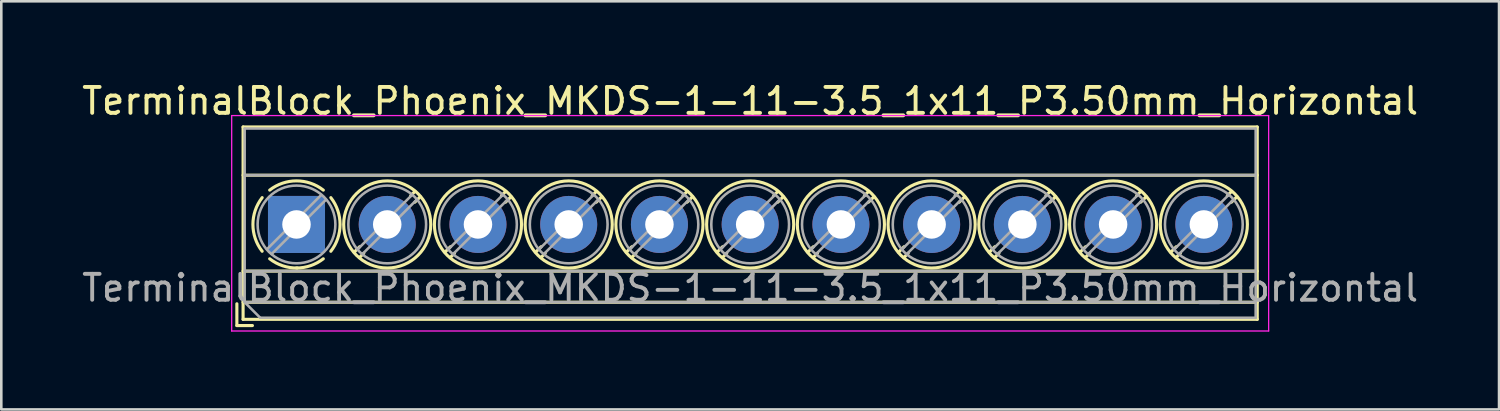
<source format=kicad_pcb>
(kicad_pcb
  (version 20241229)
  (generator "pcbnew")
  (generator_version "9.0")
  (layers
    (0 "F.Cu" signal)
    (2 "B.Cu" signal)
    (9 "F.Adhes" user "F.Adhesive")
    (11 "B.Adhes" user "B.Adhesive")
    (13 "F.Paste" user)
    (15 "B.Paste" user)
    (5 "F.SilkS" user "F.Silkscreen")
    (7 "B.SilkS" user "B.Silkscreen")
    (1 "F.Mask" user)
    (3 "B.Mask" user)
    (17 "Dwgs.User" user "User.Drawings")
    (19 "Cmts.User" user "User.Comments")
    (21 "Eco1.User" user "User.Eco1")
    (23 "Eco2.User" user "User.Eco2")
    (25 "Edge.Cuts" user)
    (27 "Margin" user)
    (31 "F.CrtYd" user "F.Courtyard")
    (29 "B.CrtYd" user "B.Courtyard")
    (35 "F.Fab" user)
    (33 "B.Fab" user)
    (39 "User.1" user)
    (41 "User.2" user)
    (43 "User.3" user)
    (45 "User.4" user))
  (footprint "TerminalBlock_Phoenix_MKDS-1-11-3.5_1x11_P3.50mm_Horizontal"
    (layer "F.Cu")
    (at 8.387 5.608)
    (property "Reference" "TerminalBlock_Phoenix_MKDS-1-11-3.5_1x11_P3.50mm_Horizontal" (at 17.5 -4.76 0) (layer "F.SilkS") (effects (font (size 1 1) (thickness 0.15))))
    (attr through_hole)
    (fp_line (start -2.3 3.06) (end -2.3 3.9) (stroke (width 0.12) (type solid)) (layer "F.SilkS"))
    (fp_line (start -2.3 3.9) (end -1.7 3.9) (stroke (width 0.12) (type solid)) (layer "F.SilkS"))
    (fp_line (start -2.06 -3.76) (end -2.06 3.66) (stroke (width 0.12) (type solid)) (layer "F.SilkS"))
    (fp_line (start -2.06 -3.76) (end 37.06 -3.76) (stroke (width 0.12) (type solid)) (layer "F.SilkS"))
    (fp_line (start -2.06 -1.9) (end 37.06 -1.9) (stroke (width 0.12) (type solid)) (layer "F.SilkS"))
    (fp_line (start -2.06 1.8) (end 37.06 1.8) (stroke (width 0.12) (type solid)) (layer "F.SilkS"))
    (fp_line (start -2.06 3) (end 37.06 3) (stroke (width 0.12) (type solid)) (layer "F.SilkS"))
    (fp_line (start -2.06 3.66) (end 37.06 3.66) (stroke (width 0.12) (type solid)) (layer "F.SilkS"))
    (fp_line (start 2.437 0.859) (end 2.226 1.069) (stroke (width 0.12) (type solid)) (layer "F.SilkS"))
    (fp_line (start 2.595 1.11) (end 2.431 1.274) (stroke (width 0.12) (type solid)) (layer "F.SilkS"))
    (fp_line (start 4.57 -1.275) (end 4.406 -1.111) (stroke (width 0.12) (type solid)) (layer "F.SilkS"))
    (fp_line (start 4.775 -1.069) (end 4.564 -0.859) (stroke (width 0.12) (type solid)) (layer "F.SilkS"))
    (fp_line (start 5.937 0.859) (end 5.726 1.069) (stroke (width 0.12) (type solid)) (layer "F.SilkS"))
    (fp_line (start 6.095 1.11) (end 5.931 1.274) (stroke (width 0.12) (type solid)) (layer "F.SilkS"))
    (fp_line (start 8.07 -1.275) (end 7.906 -1.111) (stroke (width 0.12) (type solid)) (layer "F.SilkS"))
    (fp_line (start 8.275 -1.069) (end 8.064 -0.859) (stroke (width 0.12) (type solid)) (layer "F.SilkS"))
    (fp_line (start 9.437 0.859) (end 9.226 1.069) (stroke (width 0.12) (type solid)) (layer "F.SilkS"))
    (fp_line (start 9.595 1.11) (end 9.431 1.274) (stroke (width 0.12) (type solid)) (layer "F.SilkS"))
    (fp_line (start 11.57 -1.275) (end 11.406 -1.111) (stroke (width 0.12) (type solid)) (layer "F.SilkS"))
    (fp_line (start 11.775 -1.069) (end 11.564 -0.859) (stroke (width 0.12) (type solid)) (layer "F.SilkS"))
    (fp_line (start 12.937 0.859) (end 12.726 1.069) (stroke (width 0.12) (type solid)) (layer "F.SilkS"))
    (fp_line (start 13.095 1.11) (end 12.931 1.274) (stroke (width 0.12) (type solid)) (layer "F.SilkS"))
    (fp_line (start 15.07 -1.275) (end 14.906 -1.111) (stroke (width 0.12) (type solid)) (layer "F.SilkS"))
    (fp_line (start 15.275 -1.069) (end 15.064 -0.859) (stroke (width 0.12) (type solid)) (layer "F.SilkS"))
    (fp_line (start 16.437 0.859) (end 16.226 1.069) (stroke (width 0.12) (type solid)) (layer "F.SilkS"))
    (fp_line (start 16.595 1.11) (end 16.431 1.274) (stroke (width 0.12) (type solid)) (layer "F.SilkS"))
    (fp_line (start 18.57 -1.275) (end 18.406 -1.111) (stroke (width 0.12) (type solid)) (layer "F.SilkS"))
    (fp_line (start 18.775 -1.069) (end 18.564 -0.859) (stroke (width 0.12) (type solid)) (layer "F.SilkS"))
    (fp_line (start 19.937 0.859) (end 19.726 1.069) (stroke (width 0.12) (type solid)) (layer "F.SilkS"))
    (fp_line (start 20.095 1.11) (end 19.931 1.274) (stroke (width 0.12) (type solid)) (layer "F.SilkS"))
    (fp_line (start 22.07 -1.275) (end 21.906 -1.111) (stroke (width 0.12) (type solid)) (layer "F.SilkS"))
    (fp_line (start 22.275 -1.069) (end 22.064 -0.859) (stroke (width 0.12) (type solid)) (layer "F.SilkS"))
    (fp_line (start 23.437 0.859) (end 23.226 1.069) (stroke (width 0.12) (type solid)) (layer "F.SilkS"))
    (fp_line (start 23.595 1.11) (end 23.431 1.274) (stroke (width 0.12) (type solid)) (layer "F.SilkS"))
    (fp_line (start 25.57 -1.275) (end 25.406 -1.111) (stroke (width 0.12) (type solid)) (layer "F.SilkS"))
    (fp_line (start 25.775 -1.069) (end 25.564 -0.859) (stroke (width 0.12) (type solid)) (layer "F.SilkS"))
    (fp_line (start 26.937 0.859) (end 26.726 1.069) (stroke (width 0.12) (type solid)) (layer "F.SilkS"))
    (fp_line (start 27.095 1.11) (end 26.931 1.274) (stroke (width 0.12) (type solid)) (layer "F.SilkS"))
    (fp_line (start 29.07 -1.275) (end 28.906 -1.111) (stroke (width 0.12) (type solid)) (layer "F.SilkS"))
    (fp_line (start 29.275 -1.069) (end 29.064 -0.859) (stroke (width 0.12) (type solid)) (layer "F.SilkS"))
    (fp_line (start 30.437 0.859) (end 30.226 1.069) (stroke (width 0.12) (type solid)) (layer "F.SilkS"))
    (fp_line (start 30.595 1.11) (end 30.431 1.274) (stroke (width 0.12) (type solid)) (layer "F.SilkS"))
    (fp_line (start 32.57 -1.275) (end 32.406 -1.111) (stroke (width 0.12) (type solid)) (layer "F.SilkS"))
    (fp_line (start 32.775 -1.069) (end 32.564 -0.859) (stroke (width 0.12) (type solid)) (layer "F.SilkS"))
    (fp_line (start 33.937 0.859) (end 33.726 1.069) (stroke (width 0.12) (type solid)) (layer "F.SilkS"))
    (fp_line (start 34.095 1.11) (end 33.931 1.274) (stroke (width 0.12) (type solid)) (layer "F.SilkS"))
    (fp_line (start 36.07 -1.275) (end 35.906 -1.111) (stroke (width 0.12) (type solid)) (layer "F.SilkS"))
    (fp_line (start 36.275 -1.069) (end 36.064 -0.859) (stroke (width 0.12) (type solid)) (layer "F.SilkS"))
    (fp_line (start 37.06 -3.76) (end 37.06 3.66) (stroke (width 0.12) (type solid)) (layer "F.SilkS"))
    (fp_arc (start -1.324561 1.034282) (mid -1.680536 -0.000456) (end -1.324 -1.035) (stroke (width 0.12) (type solid)) (layer "F.SilkS"))
    (fp_arc (start -1.034282 -1.324561) (mid 0.000456 -1.680536) (end 1.035 -1.324) (stroke (width 0.12) (type solid)) (layer "F.SilkS"))
    (fp_arc (start 0.028874 1.680288) (mid -0.533674 1.593548) (end -1.035 1.324) (stroke (width 0.12) (type solid)) (layer "F.SilkS"))
    (fp_arc (start 1.034311 1.323858) (mid 0.546954 1.588471) (end 0 1.68) (stroke (width 0.12) (type solid)) (layer "F.SilkS"))
    (fp_arc (start 1.324561 -1.034282) (mid 1.680536 0.000456) (end 1.324 1.035) (stroke (width 0.12) (type solid)) (layer "F.SilkS"))
    (fp_circle (center 3.5 0) (end 5.18 0) (stroke (width 0.12) (type solid)) (fill no) (layer "F.SilkS"))
    (fp_circle (center 7 0) (end 8.68 0) (stroke (width 0.12) (type solid)) (fill no) (layer "F.SilkS"))
    (fp_circle (center 10.5 0) (end 12.18 0) (stroke (width 0.12) (type solid)) (fill no) (layer "F.SilkS"))
    (fp_circle (center 14 0) (end 15.68 0) (stroke (width 0.12) (type solid)) (fill no) (layer "F.SilkS"))
    (fp_circle (center 17.5 0) (end 19.18 0) (stroke (width 0.12) (type solid)) (fill no) (layer "F.SilkS"))
    (fp_circle (center 21 0) (end 22.68 0) (stroke (width 0.12) (type solid)) (fill no) (layer "F.SilkS"))
    (fp_circle (center 24.5 0) (end 26.18 0) (stroke (width 0.12) (type solid)) (fill no) (layer "F.SilkS"))
    (fp_circle (center 28 0) (end 29.68 0) (stroke (width 0.12) (type solid)) (fill no) (layer "F.SilkS"))
    (fp_circle (center 31.5 0) (end 33.18 0) (stroke (width 0.12) (type solid)) (fill no) (layer "F.SilkS"))
    (fp_circle (center 35 0) (end 36.68 0) (stroke (width 0.12) (type solid)) (fill no) (layer "F.SilkS"))
    (fp_line (start -2.5 -4.2) (end -2.5 4.11) (stroke (width 0.05) (type solid)) (layer "F.CrtYd"))
    (fp_line (start -2.5 4.11) (end 37.5 4.11) (stroke (width 0.05) (type solid)) (layer "F.CrtYd"))
    (fp_line (start 37.5 -4.2) (end -2.5 -4.2) (stroke (width 0.05) (type solid)) (layer "F.CrtYd"))
    (fp_line (start 37.5 4.11) (end 37.5 -4.2) (stroke (width 0.05) (type solid)) (layer "F.CrtYd"))
    (fp_line (start -2 -3.7) (end 37 -3.7) (stroke (width 0.1) (type solid)) (layer "F.Fab"))
    (fp_line (start -2 -1.9) (end 37 -1.9) (stroke (width 0.1) (type solid)) (layer "F.Fab"))
    (fp_line (start -2 1.8) (end 37 1.8) (stroke (width 0.1) (type solid)) (layer "F.Fab"))
    (fp_line (start -2 3) (end -2 -3.7) (stroke (width 0.1) (type solid)) (layer "F.Fab"))
    (fp_line (start -2 3) (end 37 3) (stroke (width 0.1) (type solid)) (layer "F.Fab"))
    (fp_line (start -1.4 3.6) (end -2 3) (stroke (width 0.1) (type solid)) (layer "F.Fab"))
    (fp_line (start 0.955 -1.138) (end -1.138 0.955) (stroke (width 0.1) (type solid)) (layer "F.Fab"))
    (fp_line (start 1.138 -0.955) (end -0.955 1.138) (stroke (width 0.1) (type solid)) (layer "F.Fab"))
    (fp_line (start 4.455 -1.138) (end 2.363 0.955) (stroke (width 0.1) (type solid)) (layer "F.Fab"))
    (fp_line (start 4.638 -0.955) (end 2.546 1.138) (stroke (width 0.1) (type solid)) (layer "F.Fab"))
    (fp_line (start 7.955 -1.138) (end 5.863 0.955) (stroke (width 0.1) (type solid)) (layer "F.Fab"))
    (fp_line (start 8.138 -0.955) (end 6.046 1.138) (stroke (width 0.1) (type solid)) (layer "F.Fab"))
    (fp_line (start 11.455 -1.138) (end 9.363 0.955) (stroke (width 0.1) (type solid)) (layer "F.Fab"))
    (fp_line (start 11.638 -0.955) (end 9.546 1.138) (stroke (width 0.1) (type solid)) (layer "F.Fab"))
    (fp_line (start 14.955 -1.138) (end 12.863 0.955) (stroke (width 0.1) (type solid)) (layer "F.Fab"))
    (fp_line (start 15.138 -0.955) (end 13.046 1.138) (stroke (width 0.1) (type solid)) (layer "F.Fab"))
    (fp_line (start 18.455 -1.138) (end 16.363 0.955) (stroke (width 0.1) (type solid)) (layer "F.Fab"))
    (fp_line (start 18.638 -0.955) (end 16.546 1.138) (stroke (width 0.1) (type solid)) (layer "F.Fab"))
    (fp_line (start 21.955 -1.138) (end 19.863 0.955) (stroke (width 0.1) (type solid)) (layer "F.Fab"))
    (fp_line (start 22.138 -0.955) (end 20.046 1.138) (stroke (width 0.1) (type solid)) (layer "F.Fab"))
    (fp_line (start 25.455 -1.138) (end 23.363 0.955) (stroke (width 0.1) (type solid)) (layer "F.Fab"))
    (fp_line (start 25.638 -0.955) (end 23.546 1.138) (stroke (width 0.1) (type solid)) (layer "F.Fab"))
    (fp_line (start 28.955 -1.138) (end 26.863 0.955) (stroke (width 0.1) (type solid)) (layer "F.Fab"))
    (fp_line (start 29.138 -0.955) (end 27.046 1.138) (stroke (width 0.1) (type solid)) (layer "F.Fab"))
    (fp_line (start 32.455 -1.138) (end 30.363 0.955) (stroke (width 0.1) (type solid)) (layer "F.Fab"))
    (fp_line (start 32.638 -0.955) (end 30.546 1.138) (stroke (width 0.1) (type solid)) (layer "F.Fab"))
    (fp_line (start 35.955 -1.138) (end 33.863 0.955) (stroke (width 0.1) (type solid)) (layer "F.Fab"))
    (fp_line (start 36.138 -0.955) (end 34.046 1.138) (stroke (width 0.1) (type solid)) (layer "F.Fab"))
    (fp_line (start 37 -3.7) (end 37 3.6) (stroke (width 0.1) (type solid)) (layer "F.Fab"))
    (fp_line (start 37 3.6) (end -1.4 3.6) (stroke (width 0.1) (type solid)) (layer "F.Fab"))
    (fp_circle (center 0 0) (end 1.5 0) (stroke (width 0.1) (type solid)) (fill no) (layer "F.Fab"))
    (fp_circle (center 3.5 0) (end 5 0) (stroke (width 0.1) (type solid)) (fill no) (layer "F.Fab"))
    (fp_circle (center 7 0) (end 8.5 0) (stroke (width 0.1) (type solid)) (fill no) (layer "F.Fab"))
    (fp_circle (center 10.5 0) (end 12 0) (stroke (width 0.1) (type solid)) (fill no) (layer "F.Fab"))
    (fp_circle (center 14 0) (end 15.5 0) (stroke (width 0.1) (type solid)) (fill no) (layer "F.Fab"))
    (fp_circle (center 17.5 0) (end 19 0) (stroke (width 0.1) (type solid)) (fill no) (layer "F.Fab"))
    (fp_circle (center 21 0) (end 22.5 0) (stroke (width 0.1) (type solid)) (fill no) (layer "F.Fab"))
    (fp_circle (center 24.5 0) (end 26 0) (stroke (width 0.1) (type solid)) (fill no) (layer "F.Fab"))
    (fp_circle (center 28 0) (end 29.5 0) (stroke (width 0.1) (type solid)) (fill no) (layer "F.Fab"))
    (fp_circle (center 31.5 0) (end 33 0) (stroke (width 0.1) (type solid)) (fill no) (layer "F.Fab"))
    (fp_circle (center 35 0) (end 36.5 0) (stroke (width 0.1) (type solid)) (fill no) (layer "F.Fab"))
    (fp_text user "${REFERENCE}" (at 17.5 2.45 0) (layer "F.Fab") (effects (font (size 1 1) (thickness 0.15))))
    (pad "1" thru_hole rect (at 0 0) (size 2.2 2.2) (drill 1.1) (layers "*.Cu" "*.Mask"))
    (pad "2" thru_hole circle (at 3.5 0) (size 2.2 2.2) (drill 1.1) (layers "*.Cu" "*.Mask"))
    (pad "3" thru_hole circle (at 7 0) (size 2.2 2.2) (drill 1.1) (layers "*.Cu" "*.Mask"))
    (pad "4" thru_hole circle (at 10.5 0) (size 2.2 2.2) (drill 1.1) (layers "*.Cu" "*.Mask"))
    (pad "5" thru_hole circle (at 14 0) (size 2.2 2.2) (drill 1.1) (layers "*.Cu" "*.Mask"))
    (pad "6" thru_hole circle (at 17.5 0) (size 2.2 2.2) (drill 1.1) (layers "*.Cu" "*.Mask"))
    (pad "7" thru_hole circle (at 21 0) (size 2.2 2.2) (drill 1.1) (layers "*.Cu" "*.Mask"))
    (pad "8" thru_hole circle (at 24.5 0) (size 2.2 2.2) (drill 1.1) (layers "*.Cu" "*.Mask"))
    (pad "9" thru_hole circle (at 28 0) (size 2.2 2.2) (drill 1.1) (layers "*.Cu" "*.Mask"))
    (pad "10" thru_hole circle (at 31.5 0) (size 2.2 2.2) (drill 1.1) (layers "*.Cu" "*.Mask"))
    (pad "11" thru_hole circle (at 35 0) (size 2.2 2.2) (drill 1.1) (layers "*.Cu" "*.Mask")))
  (gr_rect
    (start -3 -3)
    (end 54.774 12.743)
    (stroke (width 0.1) (type default))
    (fill no)
    (layer "Edge.Cuts")))
</source>
